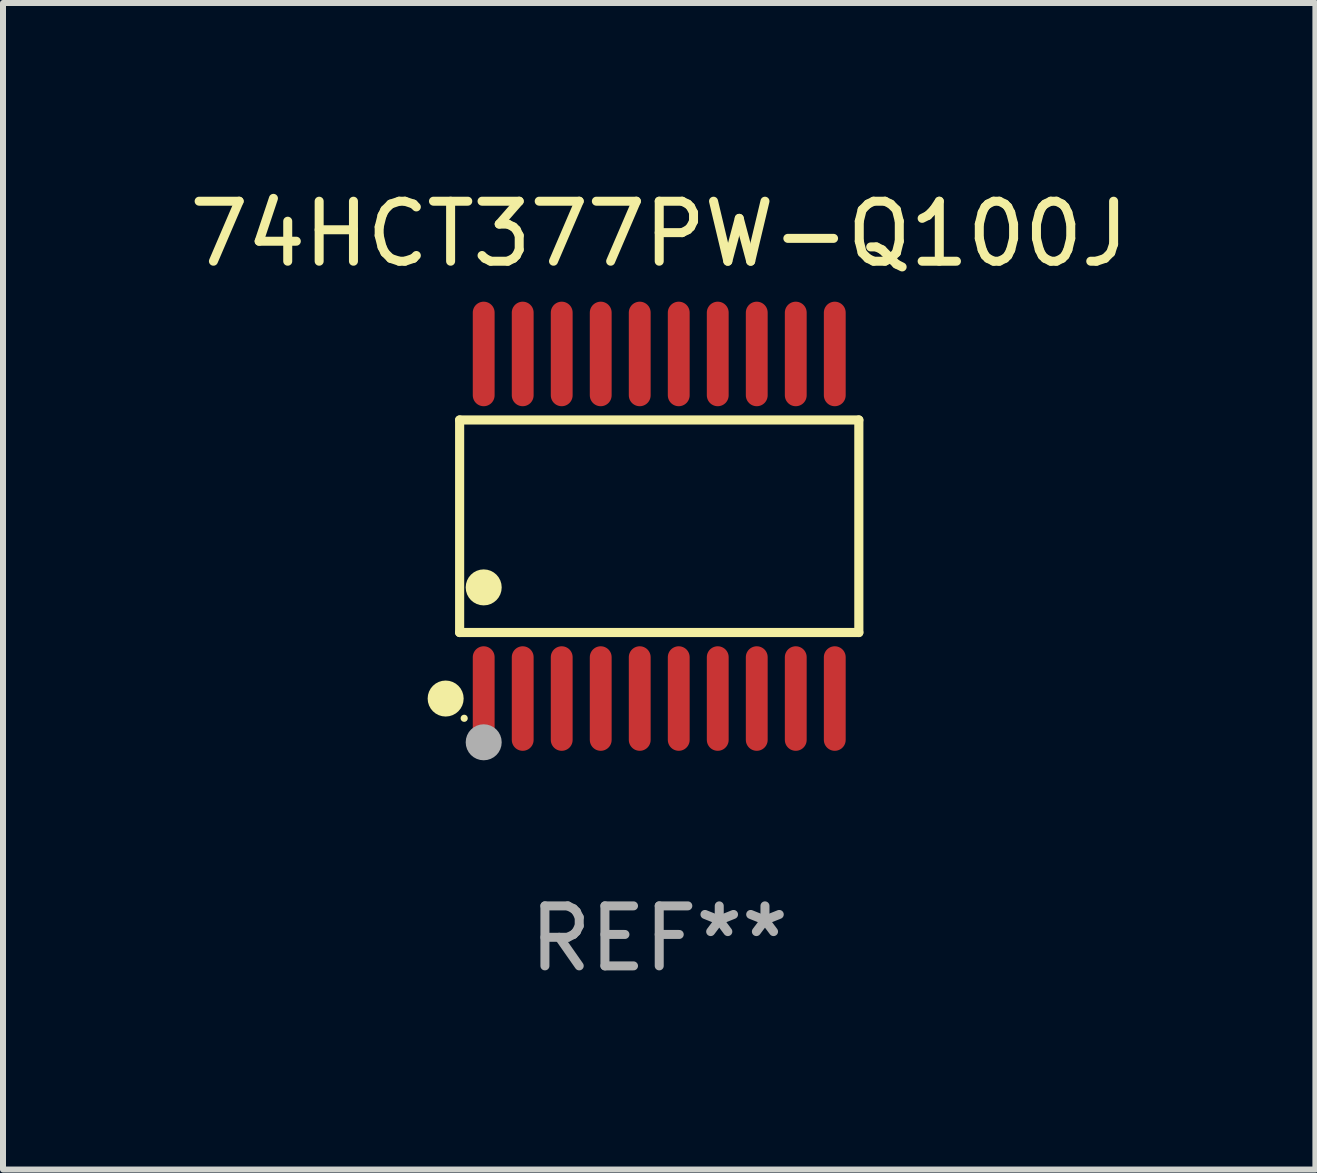
<source format=kicad_pcb>
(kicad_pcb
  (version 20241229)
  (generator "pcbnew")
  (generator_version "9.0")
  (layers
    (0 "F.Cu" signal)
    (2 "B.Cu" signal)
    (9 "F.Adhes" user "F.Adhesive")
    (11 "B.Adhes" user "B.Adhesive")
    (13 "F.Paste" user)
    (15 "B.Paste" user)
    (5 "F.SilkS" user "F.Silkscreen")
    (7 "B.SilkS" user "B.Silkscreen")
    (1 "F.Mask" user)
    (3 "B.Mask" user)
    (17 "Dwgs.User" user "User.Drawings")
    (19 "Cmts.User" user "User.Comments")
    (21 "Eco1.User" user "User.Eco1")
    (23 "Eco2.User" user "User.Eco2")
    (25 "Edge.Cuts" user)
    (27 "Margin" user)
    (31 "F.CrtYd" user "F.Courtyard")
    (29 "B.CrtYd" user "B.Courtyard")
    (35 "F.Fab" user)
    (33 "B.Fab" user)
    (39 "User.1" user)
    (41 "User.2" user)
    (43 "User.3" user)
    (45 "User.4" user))
  (footprint "74HCT377PW-Q100J"
    (layer "F.Cu")
    (at 7.935 5.719)
    (property "Reference" "74HCT377PW-Q100J" (at 0 -4.871 0) (layer "F.SilkS") (effects (font (size 1 1) (thickness 0.15))))
    (attr through_hole)
    (fp_line (start -3.326 -1.771) (end 3.326 -1.771) (stroke (width 0.152) (type solid)) (layer "F.SilkS"))
    (fp_line (start -3.326 1.771) (end -3.326 -1.771) (stroke (width 0.152) (type solid)) (layer "F.SilkS"))
    (fp_line (start 3.326 -1.771) (end 3.326 1.771) (stroke (width 0.152) (type solid)) (layer "F.SilkS"))
    (fp_line (start 3.326 1.771) (end -3.326 1.771) (stroke (width 0.152) (type solid)) (layer "F.SilkS"))
    (fp_circle (center -3.559 2.871) (end -3.409 2.871) (stroke (width 0.3) (type solid)) (fill no) (layer "F.SilkS"))
    (fp_circle (center -3.25 3.2) (end -3.22 3.2) (stroke (width 0.06) (type solid)) (fill no) (layer "F.SilkS"))
    (fp_circle (center -2.925 1.019) (end -2.775 1.019) (stroke (width 0.3) (type solid)) (fill no) (layer "F.SilkS"))
    (fp_circle (center -2.925 3.6) (end -2.775 3.6) (stroke (width 0.3) (type solid)) (fill no) (layer "F.Fab"))
    (fp_text user "REF**" (at 0 6.871 0) (layer "F.Fab") (effects (font (size 1 1) (thickness 0.15))))
    (pad "1" smd oval (at -2.925 2.871) (size 0.364 1.742) (layers "F.Cu" "F.Mask" "F.Paste"))
    (pad "2" smd oval (at -2.275 2.871) (size 0.364 1.742) (layers "F.Cu" "F.Mask" "F.Paste"))
    (pad "3" smd oval (at -1.625 2.871) (size 0.364 1.742) (layers "F.Cu" "F.Mask" "F.Paste"))
    (pad "4" smd oval (at -0.975 2.871) (size 0.364 1.742) (layers "F.Cu" "F.Mask" "F.Paste"))
    (pad "5" smd oval (at -0.325 2.871) (size 0.364 1.742) (layers "F.Cu" "F.Mask" "F.Paste"))
    (pad "6" smd oval (at 0.325 2.871) (size 0.364 1.742) (layers "F.Cu" "F.Mask" "F.Paste"))
    (pad "7" smd oval (at 0.975 2.871) (size 0.364 1.742) (layers "F.Cu" "F.Mask" "F.Paste"))
    (pad "8" smd oval (at 1.625 2.871) (size 0.364 1.742) (layers "F.Cu" "F.Mask" "F.Paste"))
    (pad "9" smd oval (at 2.275 2.871) (size 0.364 1.742) (layers "F.Cu" "F.Mask" "F.Paste"))
    (pad "10" smd oval (at 2.925 2.871) (size 0.364 1.742) (layers "F.Cu" "F.Mask" "F.Paste"))
    (pad "11" smd oval (at 2.925 -2.871) (size 0.364 1.742) (layers "F.Cu" "F.Mask" "F.Paste"))
    (pad "12" smd oval (at 2.275 -2.871) (size 0.364 1.742) (layers "F.Cu" "F.Mask" "F.Paste"))
    (pad "13" smd oval (at 1.625 -2.871) (size 0.364 1.742) (layers "F.Cu" "F.Mask" "F.Paste"))
    (pad "14" smd oval (at 0.975 -2.871) (size 0.364 1.742) (layers "F.Cu" "F.Mask" "F.Paste"))
    (pad "15" smd oval (at 0.325 -2.871) (size 0.364 1.742) (layers "F.Cu" "F.Mask" "F.Paste"))
    (pad "16" smd oval (at -0.325 -2.871) (size 0.364 1.742) (layers "F.Cu" "F.Mask" "F.Paste"))
    (pad "17" smd oval (at -0.975 -2.871) (size 0.364 1.742) (layers "F.Cu" "F.Mask" "F.Paste"))
    (pad "18" smd oval (at -1.625 -2.871) (size 0.364 1.742) (layers "F.Cu" "F.Mask" "F.Paste"))
    (pad "19" smd oval (at -2.275 -2.871) (size 0.364 1.742) (layers "F.Cu" "F.Mask" "F.Paste"))
    (pad "20" smd oval (at -2.925 -2.871) (size 0.364 1.742) (layers "F.Cu" "F.Mask" "F.Paste")))
  (gr_rect
    (start -3 -3)
    (end 18.869 16.438)
    (stroke (width 0.1) (type default))
    (fill no)
    (layer "Edge.Cuts")))
</source>
